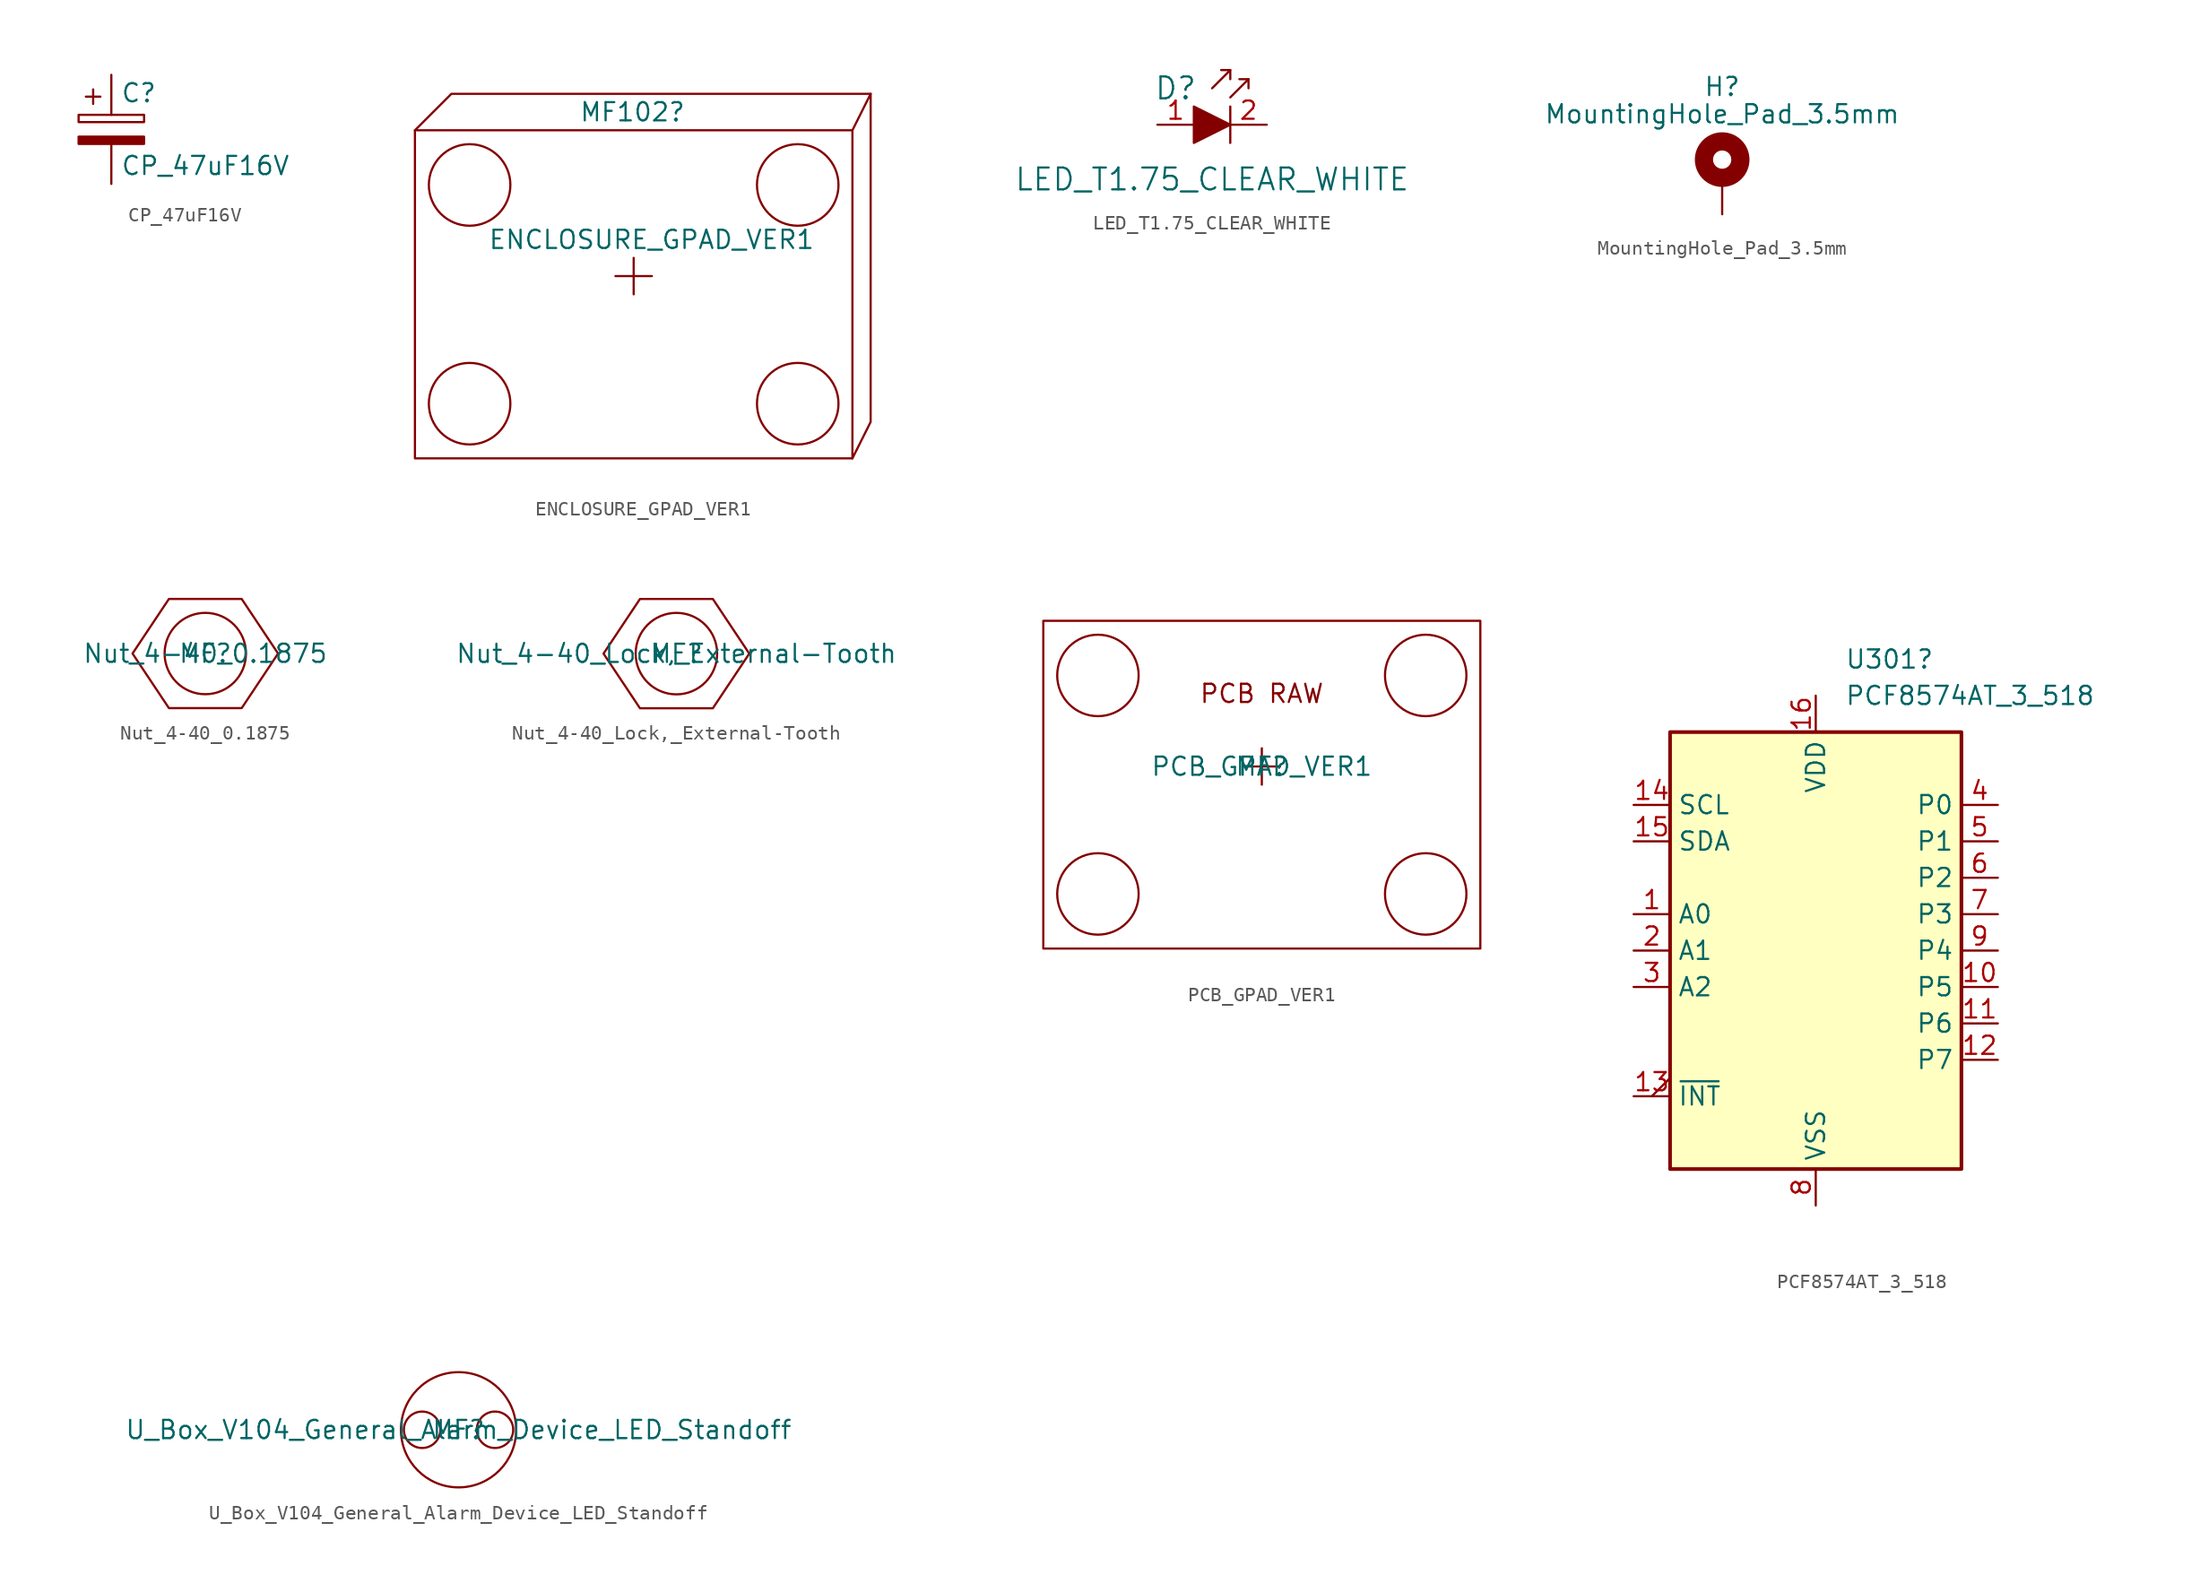
<source format=kicad_sym>
(kicad_symbol_lib
  (version 20211014)
  (generator kicad_symbol_editor)
  (symbol "CP_47uF16V"
    (pin_numbers hide)
    (pin_names
      (offset 0.254))
    (property "Reference" "C"
      (at 0.635 2.54 0)
      (effects (font (size 1.27 1.27)) (justify left)))
    (property "Value" "CP_47uF16V"
      (at 0.635 -2.54 0)
      (effects (font (size 1.27 1.27)) (justify left)))
    (symbol "CP_47uF16V_0_1"
      (rectangle (start -2.286 0.508) (end 2.286 1.016) (stroke (width 0) (type default) (color 0 0 0 0)) (fill (type none)))
      (polyline (pts (xy -1.778 2.286) (xy -0.762 2.286)) (stroke (width 0) (type default) (color 0 0 0 0)) (fill (type none)))
      (polyline (pts (xy -1.27 2.794) (xy -1.27 1.778)) (stroke (width 0) (type default) (color 0 0 0 0)) (fill (type none)))
      (rectangle (start 2.286 -0.508) (end -2.286 -1.016) (stroke (width 0) (type default) (color 0 0 0 0)) (fill (type outline))))
    (symbol "CP_47uF16V_1_1"
      (pin passive line (at 0 3.81 270) (length 2.794) (name "~" (effects (font (size 1.27 1.27)))) (number "1" (effects (font (size 1.27 1.27)))))
      (pin passive line (at 0 -3.81 90) (length 2.794) (name "~" (effects (font (size 1.27 1.27)))) (number "2" (effects (font (size 1.27 1.27)))))))
  (symbol "ENCLOSURE_GPAD_VER1"
    (property "Reference" "MF102"
      (at -3.81 11.43 0)
      (effects (font (size 1.27 1.27)) (justify left)))
    (property "Value" "ENCLOSURE_GPAD_VER1"
      (at -10.16 2.54 0)
      (effects (font (size 1.27 1.27)) (justify left)))
    (symbol "ENCLOSURE_GPAD_VER1_0_1"
      (rectangle (start -15.24 10.16) (end 15.24 -12.7) (stroke (width 0) (type default) (color 0 0 0 0)) (fill (type none)))
      (circle (center -11.43 -8.89) (radius 2.84) (stroke (width 0) (type default) (color 0 0 0 0)) (fill (type none)))
      (circle (center -11.43 6.35) (radius 2.84) (stroke (width 0) (type default) (color 0 0 0 0)) (fill (type none)))
      (polyline (pts (xy -1.27 0) (xy 1.27 0)) (stroke (width 0) (type default) (color 0 0 0 0)) (fill (type none)))
      (polyline (pts (xy 0 -1.27) (xy 0 1.27)) (stroke (width 0) (type default) (color 0 0 0 0)) (fill (type none)))
      (polyline (pts (xy 15.24 10.16) (xy 16.51 12.7)) (stroke (width 0) (type default) (color 0 0 0 0)) (fill (type none)))
      (polyline (pts (xy -15.24 10.16) (xy -12.7 12.7) (xy 16.51 12.7) (xy 16.51 -10.16) (xy 15.24 -12.7)) (stroke (width 0) (type default) (color 0 0 0 0)) (fill (type none)))
      (circle (center 11.43 -8.89) (radius 2.84) (stroke (width 0) (type default) (color 0 0 0 0)) (fill (type none)))
      (circle (center 11.43 6.35) (radius 2.84) (stroke (width 0) (type default) (color 0 0 0 0)) (fill (type none)))))
  (symbol "LED_T1.75_CLEAR_WHITE"
    (pin_names
      (offset 0))
    (property "Reference" "D"
      (at -3.81 2.54 0)
      (effects (font (size 1.524 1.524))))
    (property "Value" "LED_T1.75_CLEAR_WHITE"
      (at -1.27 -3.81 0)
      (effects (font (size 1.524 1.524))))
    (symbol "LED_T1.75_CLEAR_WHITE_0_1"
      (polyline (pts (xy 0 1.27) (xy 0 -1.27)) (stroke (width 0) (type default) (color 0 0 0 0)) (fill (type none)))
      (polyline (pts (xy 0 3.81) (xy -1.27 2.54)) (stroke (width 0) (type default) (color 0 0 0 0)) (fill (type none)))
      (polyline (pts (xy 1.27 3.175) (xy 0 1.905)) (stroke (width 0) (type default) (color 0 0 0 0)) (fill (type none)))
      (polyline (pts (xy -0.635 3.81) (xy 0 3.81) (xy 0 3.175)) (stroke (width 0) (type default) (color 0 0 0 0)) (fill (type none)))
      (polyline (pts (xy 0.635 3.175) (xy 1.27 3.175) (xy 1.27 2.54)) (stroke (width 0) (type default) (color 0 0 0 0)) (fill (type none)))
      (polyline (pts (xy -2.54 1.27) (xy -2.54 -1.27) (xy 0 0) (xy -2.54 1.27)) (stroke (width 0) (type default) (color 0 0 0 0)) (fill (type outline))))
    (symbol "LED_T1.75_CLEAR_WHITE_1_1"
      (pin passive line (at -5.08 0 0) (length 2.54) (name "~" (effects (font (size 1.27 1.27)))) (number "1" (effects (font (size 1.27 1.27)))))
      (pin passive line (at 2.54 0 180) (length 2.54) (name "~" (effects (font (size 1.27 1.27)))) (number "2" (effects (font (size 1.27 1.27)))))))
  (symbol "MountingHole_Pad_3.5mm"
    (pin_numbers hide)
    (pin_names
      (offset 1.016) hide)
    (property "Reference" "H"
      (at 0 6.35 0)
      (effects (font (size 1.27 1.27))))
    (property "Value" "MountingHole_Pad_3.5mm"
      (at 0 4.445 0)
      (effects (font (size 1.27 1.27))))
    (symbol "MountingHole_Pad_3.5mm_0_1"
      (circle (center 0 1.27) (radius 1.27) (stroke (width 1.27) (type default) (color 0 0 0 0)) (fill (type none))))
    (symbol "MountingHole_Pad_3.5mm_1_1"
      (pin input line (at 0 -2.54 90) (length 2.54) (name "1" (effects (font (size 1.27 1.27)))) (number "1" (effects (font (size 1.27 1.27)))))))
  (symbol "Nut_4-40_0.1875"
    (property "Reference" "MF"
      (at 0 0 0)
      (effects (font (size 1.27 1.27))))
    (property "Value" "Nut_4-40_0.1875"
      (at 0 0 0)
      (effects (font (size 1.27 1.27))))
    (symbol "Nut_4-40_0.1875_0_1"
      (polyline (pts (xy -2.54 3.81) (xy 2.54 3.81) (xy 5.08 0) (xy 2.54 -3.81) (xy -2.54 -3.81) (xy -5.08 0) (xy -2.54 3.81)) (stroke (width 0) (type default) (color 0 0 0 0)) (fill (type none)))
      (circle (center 0 0) (radius 2.84) (stroke (width 0) (type default) (color 0 0 0 0)) (fill (type none)))))
  (symbol "Nut_4-40_Lock,_External-Tooth"
    (property "Reference" "MF"
      (at 0 0 0)
      (effects (font (size 1.27 1.27))))
    (property "Value" "Nut_4-40_Lock,_External-Tooth"
      (at 0 0 0)
      (effects (font (size 1.27 1.27))))
    (symbol "Nut_4-40_Lock,_External-Tooth_0_1"
      (polyline (pts (xy -2.54 3.81) (xy 2.54 3.81) (xy 5.08 0) (xy 2.54 -3.81) (xy -2.54 -3.81) (xy -5.08 0) (xy -2.54 3.81)) (stroke (width 0) (type default) (color 0 0 0 0)) (fill (type none)))
      (circle (center 0 0) (radius 2.84) (stroke (width 0) (type default) (color 0 0 0 0)) (fill (type none)))))
  (symbol "PCB_GPAD_VER1"
    (property "Reference" "MF"
      (at 0 0 0)
      (effects (font (size 1.27 1.27))))
    (property "Value" "PCB_GPAD_VER1"
      (at 0 0 0)
      (effects (font (size 1.27 1.27))))
    (symbol "PCB_GPAD_VER1_0_0"
      (text "PCB RAW" (at 0 5.08 0) (effects (font (size 1.27 1.27)))))
    (symbol "PCB_GPAD_VER1_0_1"
      (rectangle (start -15.24 10.16) (end 15.24 -12.7) (stroke (width 0) (type default) (color 0 0 0 0)) (fill (type none)))
      (circle (center -11.43 -8.89) (radius 2.84) (stroke (width 0) (type default) (color 0 0 0 0)) (fill (type none)))
      (circle (center -11.43 6.35) (radius 2.84) (stroke (width 0) (type default) (color 0 0 0 0)) (fill (type none)))
      (polyline (pts (xy -1.27 0) (xy 1.27 0)) (stroke (width 0) (type default) (color 0 0 0 0)) (fill (type none)))
      (polyline (pts (xy 0 -1.27) (xy 0 1.27)) (stroke (width 0) (type default) (color 0 0 0 0)) (fill (type none)))
      (circle (center 11.43 -8.89) (radius 2.84) (stroke (width 0) (type default) (color 0 0 0 0)) (fill (type none)))
      (circle (center 11.43 6.35) (radius 2.84) (stroke (width 0) (type default) (color 0 0 0 0)) (fill (type none)))))
  (symbol "PCF8574AT_3_518"
    (property "Reference" "U301"
      (at 2.019 20.32 0)
      (effects (font (size 1.27 1.27)) (justify left)))
    (property "Value" "PCF8574AT_3_518"
      (at 2.019 17.78 0)
      (effects (font (size 1.27 1.27)) (justify left)))
    (symbol "PCF8574AT_3_518_0_1"
      (rectangle (start -10.16 15.24) (end 10.16 -15.24) (stroke (width 0.254) (type default) (color 0 0 0 0)) (fill (type background))))
    (symbol "PCF8574AT_3_518_1_1"
      (pin input line (at -12.7 2.54 0) (length 2.54) (name "A0" (effects (font (size 1.27 1.27)))) (number "1" (effects (font (size 1.27 1.27)))))
      (pin bidirectional line (at 12.7 -2.54 180) (length 2.54) (name "P5" (effects (font (size 1.27 1.27)))) (number "10" (effects (font (size 1.27 1.27)))))
      (pin bidirectional line (at 12.7 -5.08 180) (length 2.54) (name "P6" (effects (font (size 1.27 1.27)))) (number "11" (effects (font (size 1.27 1.27)))))
      (pin bidirectional line (at 12.7 -7.62 180) (length 2.54) (name "P7" (effects (font (size 1.27 1.27)))) (number "12" (effects (font (size 1.27 1.27)))))
      (pin open_collector output_low (at -12.7 -10.16 0) (length 2.54) (name "~{INT}" (effects (font (size 1.27 1.27)))) (number "13" (effects (font (size 1.27 1.27)))))
      (pin input line (at -12.7 10.16 0) (length 2.54) (name "SCL" (effects (font (size 1.27 1.27)))) (number "14" (effects (font (size 1.27 1.27)))))
      (pin bidirectional line (at -12.7 7.62 0) (length 2.54) (name "SDA" (effects (font (size 1.27 1.27)))) (number "15" (effects (font (size 1.27 1.27)))))
      (pin power_in line (at 0 17.78 270) (length 2.54) (name "VDD" (effects (font (size 1.27 1.27)))) (number "16" (effects (font (size 1.27 1.27)))))
      (pin input line (at -12.7 0 0) (length 2.54) (name "A1" (effects (font (size 1.27 1.27)))) (number "2" (effects (font (size 1.27 1.27)))))
      (pin input line (at -12.7 -2.54 0) (length 2.54) (name "A2" (effects (font (size 1.27 1.27)))) (number "3" (effects (font (size 1.27 1.27)))))
      (pin bidirectional line (at 12.7 10.16 180) (length 2.54) (name "P0" (effects (font (size 1.27 1.27)))) (number "4" (effects (font (size 1.27 1.27)))))
      (pin bidirectional line (at 12.7 7.62 180) (length 2.54) (name "P1" (effects (font (size 1.27 1.27)))) (number "5" (effects (font (size 1.27 1.27)))))
      (pin bidirectional line (at 12.7 5.08 180) (length 2.54) (name "P2" (effects (font (size 1.27 1.27)))) (number "6" (effects (font (size 1.27 1.27)))))
      (pin bidirectional line (at 12.7 2.54 180) (length 2.54) (name "P3" (effects (font (size 1.27 1.27)))) (number "7" (effects (font (size 1.27 1.27)))))
      (pin power_in line (at 0 -17.78 90) (length 2.54) (name "VSS" (effects (font (size 1.27 1.27)))) (number "8" (effects (font (size 1.27 1.27)))))
      (pin bidirectional line (at 12.7 0 180) (length 2.54) (name "P4" (effects (font (size 1.27 1.27)))) (number "9" (effects (font (size 1.27 1.27)))))))
  (symbol "U_Box_V104_General_Alarm_Device_LED_Standoff"
    (property "Reference" "MF"
      (at 0 0 0)
      (effects (font (size 1.27 1.27))))
    (property "Value" "U_Box_V104_General_Alarm_Device_LED_Standoff"
      (at 0 0 0)
      (effects (font (size 1.27 1.27))))
    (symbol "U_Box_V104_General_Alarm_Device_LED_Standoff_0_1"
      (circle (center -2.54 0) (radius 1.27) (stroke (width 0) (type default) (color 0 0 0 0)) (fill (type none)))
      (circle (center 0 0) (radius 4.016) (stroke (width 0) (type default) (color 0 0 0 0)) (fill (type none)))
      (circle (center 2.54 0) (radius 1.27) (stroke (width 0) (type default) (color 0 0 0 0)) (fill (type none))))))
</source>
